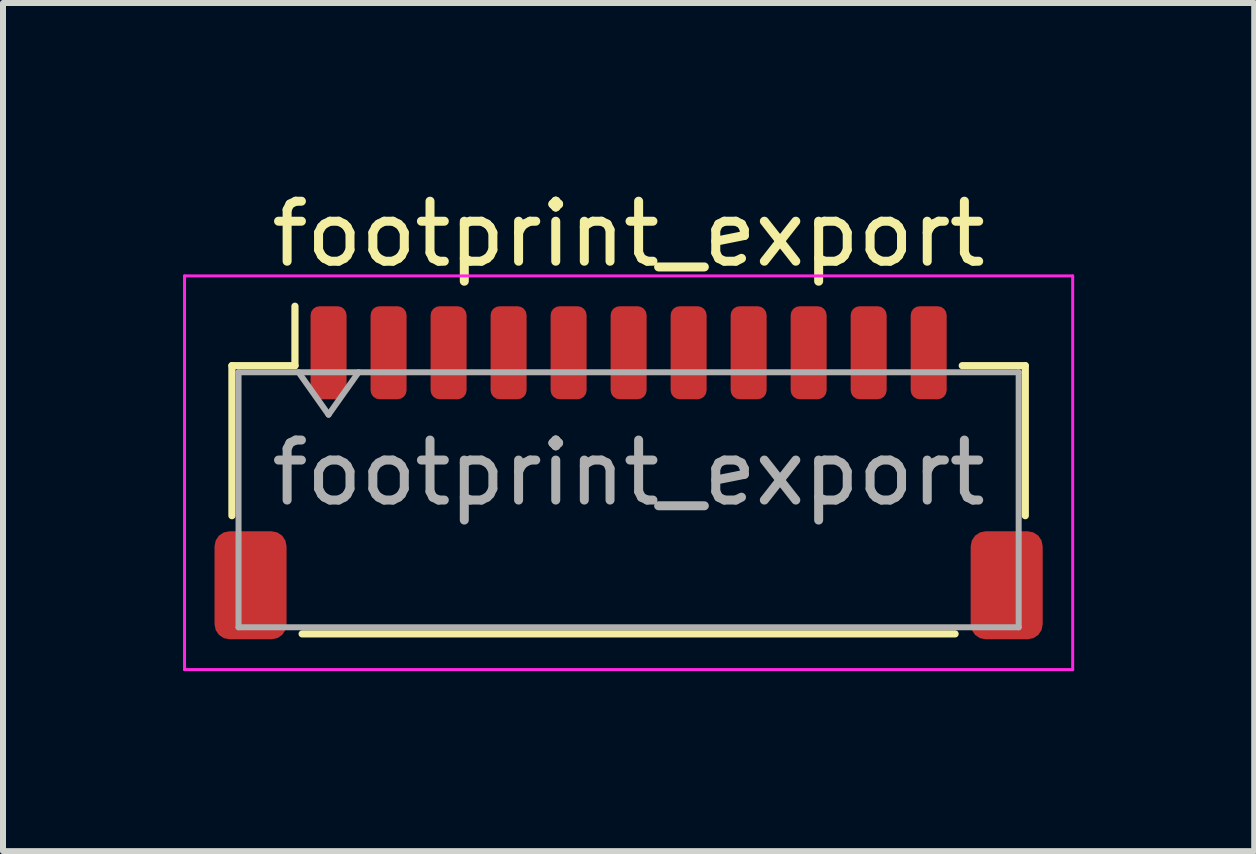
<source format=kicad_pcb>
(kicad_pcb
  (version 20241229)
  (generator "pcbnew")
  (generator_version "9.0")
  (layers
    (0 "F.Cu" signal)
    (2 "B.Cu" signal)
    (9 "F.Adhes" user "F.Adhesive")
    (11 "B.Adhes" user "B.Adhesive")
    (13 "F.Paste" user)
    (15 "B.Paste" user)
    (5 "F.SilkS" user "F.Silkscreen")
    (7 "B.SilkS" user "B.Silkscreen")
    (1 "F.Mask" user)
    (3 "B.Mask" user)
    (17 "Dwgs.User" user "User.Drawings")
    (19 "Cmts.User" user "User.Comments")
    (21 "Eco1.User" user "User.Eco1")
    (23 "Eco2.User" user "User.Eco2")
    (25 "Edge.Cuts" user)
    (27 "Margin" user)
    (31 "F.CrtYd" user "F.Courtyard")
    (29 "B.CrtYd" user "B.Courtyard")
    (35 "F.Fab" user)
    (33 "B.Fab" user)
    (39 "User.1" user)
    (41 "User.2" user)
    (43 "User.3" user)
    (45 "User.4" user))
  (footprint "footprint_export"
    (layer "F.Cu")
    (at 7.425 4.828)
    (property "Reference" "footprint_export" (at 0 -3.98 0) (layer "F.SilkS") (effects (font (size 1 1) (thickness 0.15))))
    (attr smd)
    (fp_line (start -6.61 -1.785) (end -5.56 -1.785) (stroke (width 0.12) (type solid)) (layer "F.SilkS"))
    (fp_line (start -6.61 0.715) (end -6.61 -1.785) (stroke (width 0.12) (type solid)) (layer "F.SilkS"))
    (fp_line (start -5.56 -1.785) (end -5.56 -2.775) (stroke (width 0.12) (type solid)) (layer "F.SilkS"))
    (fp_line (start -5.44 2.685) (end 5.44 2.685) (stroke (width 0.12) (type solid)) (layer "F.SilkS"))
    (fp_line (start 6.61 -1.785) (end 5.56 -1.785) (stroke (width 0.12) (type solid)) (layer "F.SilkS"))
    (fp_line (start 6.61 0.715) (end 6.61 -1.785) (stroke (width 0.12) (type solid)) (layer "F.SilkS"))
    (fp_line (start -7.4 -3.28) (end -7.4 3.28) (stroke (width 0.05) (type solid)) (layer "F.CrtYd"))
    (fp_line (start -7.4 3.28) (end 7.4 3.28) (stroke (width 0.05) (type solid)) (layer "F.CrtYd"))
    (fp_line (start 7.4 -3.28) (end -7.4 -3.28) (stroke (width 0.05) (type solid)) (layer "F.CrtYd"))
    (fp_line (start 7.4 3.28) (end 7.4 -3.28) (stroke (width 0.05) (type solid)) (layer "F.CrtYd"))
    (fp_line (start -6.5 -1.675) (end -6.5 2.575) (stroke (width 0.1) (type solid)) (layer "F.Fab"))
    (fp_line (start -6.5 -1.675) (end 6.5 -1.675) (stroke (width 0.1) (type solid)) (layer "F.Fab"))
    (fp_line (start -6.5 2.575) (end 6.5 2.575) (stroke (width 0.1) (type solid)) (layer "F.Fab"))
    (fp_line (start -5.5 -1.675) (end -5 -0.968) (stroke (width 0.1) (type solid)) (layer "F.Fab"))
    (fp_line (start -5 -0.968) (end -4.5 -1.675) (stroke (width 0.1) (type solid)) (layer "F.Fab"))
    (fp_line (start 6.5 -1.675) (end 6.5 2.575) (stroke (width 0.1) (type solid)) (layer "F.Fab"))
    (fp_text user "${REFERENCE}" (at 0 0 0) (layer "F.Fab") (effects (font (size 1 1) (thickness 0.15))))
    (pad "1" smd roundrect (at -5 -2) (size 0.6 1.55) (layers "F.Cu" "F.Mask" "F.Paste") (roundrect_rratio 0.25))
    (pad "2" smd roundrect (at -4 -2) (size 0.6 1.55) (layers "F.Cu" "F.Mask" "F.Paste") (roundrect_rratio 0.25))
    (pad "3" smd roundrect (at -3 -2) (size 0.6 1.55) (layers "F.Cu" "F.Mask" "F.Paste") (roundrect_rratio 0.25))
    (pad "4" smd roundrect (at -2 -2) (size 0.6 1.55) (layers "F.Cu" "F.Mask" "F.Paste") (roundrect_rratio 0.25))
    (pad "5" smd roundrect (at -1 -2) (size 0.6 1.55) (layers "F.Cu" "F.Mask" "F.Paste") (roundrect_rratio 0.25))
    (pad "6" smd roundrect (at 0 -2) (size 0.6 1.55) (layers "F.Cu" "F.Mask" "F.Paste") (roundrect_rratio 0.25))
    (pad "7" smd roundrect (at 1 -2) (size 0.6 1.55) (layers "F.Cu" "F.Mask" "F.Paste") (roundrect_rratio 0.25))
    (pad "8" smd roundrect (at 2 -2) (size 0.6 1.55) (layers "F.Cu" "F.Mask" "F.Paste") (roundrect_rratio 0.25))
    (pad "9" smd roundrect (at 3 -2) (size 0.6 1.55) (layers "F.Cu" "F.Mask" "F.Paste") (roundrect_rratio 0.25))
    (pad "10" smd roundrect (at 4 -2) (size 0.6 1.55) (layers "F.Cu" "F.Mask" "F.Paste") (roundrect_rratio 0.25))
    (pad "11" smd roundrect (at 5 -2) (size 0.6 1.55) (layers "F.Cu" "F.Mask" "F.Paste") (roundrect_rratio 0.25))
    (pad "MP" smd roundrect (at -6.3 1.875) (size 1.2 1.8) (layers "F.Cu" "F.Mask" "F.Paste") (roundrect_rratio 0.208))
    (pad "MP" smd roundrect (at 6.3 1.875) (size 1.2 1.8) (layers "F.Cu" "F.Mask" "F.Paste") (roundrect_rratio 0.208)))
  (gr_rect
    (start -3 -3)
    (end 17.85 11.133)
    (stroke (width 0.1) (type default))
    (fill no)
    (layer "Edge.Cuts")))
</source>
